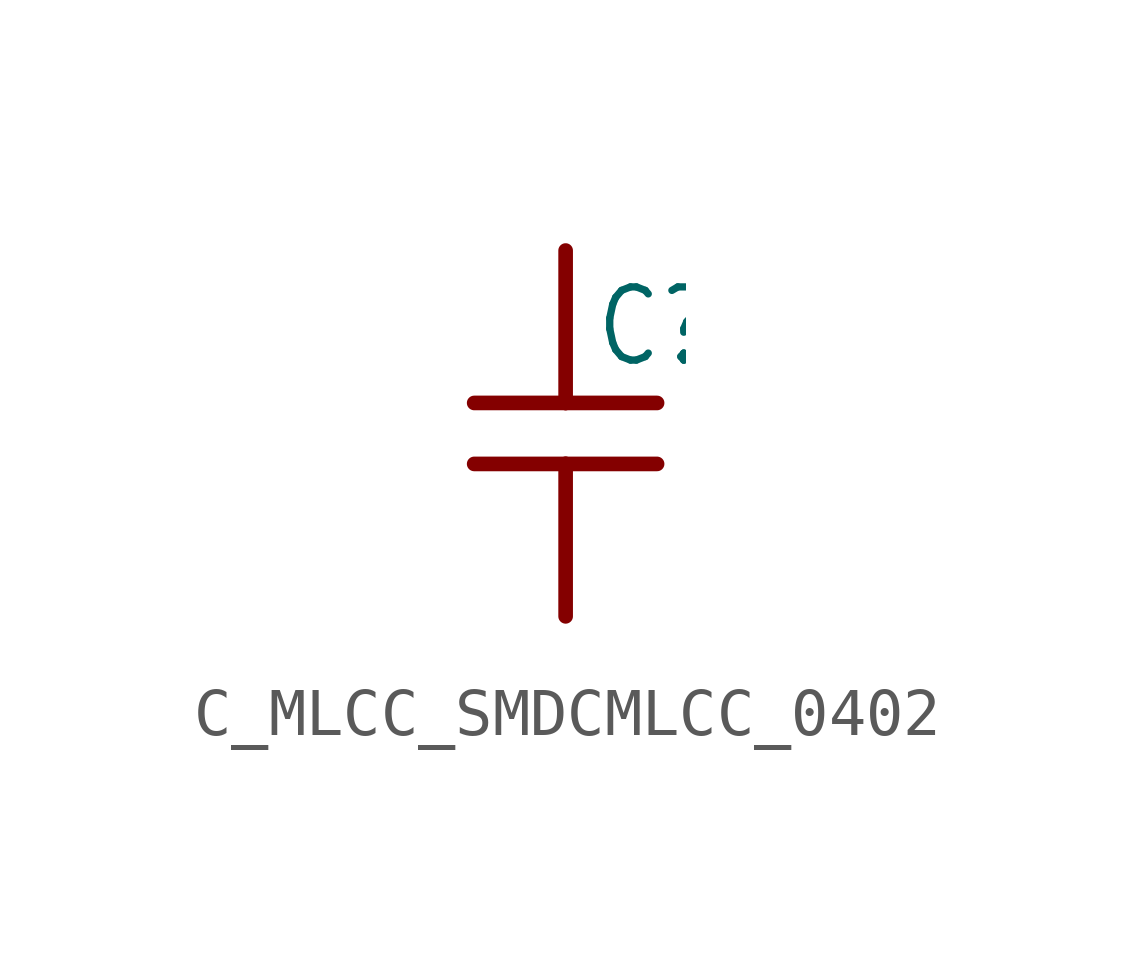
<source format=kicad_sym>
(kicad_symbol_lib
  (version 20231120)
  (generator "kicad_symbol_editor")
  (generator_version "8.0")
  (symbol "C_MLCC_SMDCMLCC_0402"
    (property "Reference" "C"
      (at 0.572 0.064 0)
      (effects (font (size 1.524 1.295)) (justify left bottom)))
    (property "Value" ""
      (at 0.572 -4.381 0)
      (effects (font (size 1.524 1.295)) (justify left bottom)))
    (property "ki_locked" ""
      (at 0 0 0)
      (effects (font (size 1.27 1.27))))
    (symbol "C_MLCC_SMDCMLCC_0402_1_0"
      (polyline (pts (xy -1.905 -1.905) (xy 0 -1.905)) (stroke (width 0.305) (type solid)) (fill (type none)))
      (polyline (pts (xy 0 -1.905) (xy 0 -5.08)) (stroke (width 0.305) (type solid)) (fill (type none)))
      (polyline (pts (xy 0 -1.905) (xy 1.905 -1.905)) (stroke (width 0.305) (type solid)) (fill (type none)))
      (polyline (pts (xy 0 -0.635) (xy -1.905 -0.635)) (stroke (width 0.305) (type solid)) (fill (type none)))
      (polyline (pts (xy 0 -0.635) (xy 0 2.54)) (stroke (width 0.305) (type solid)) (fill (type none)))
      (polyline (pts (xy 1.905 -0.635) (xy 0 -0.635)) (stroke (width 0.305) (type solid)) (fill (type none)))
      (pin passive line (at 0 2.54 270) (length 0) (name "1" (effects (font (size 0 0)))) (number "P$1" (effects (font (size 0 0)))))
      (pin passive line (at 0 -5.08 90) (length 0) (name "2" (effects (font (size 0 0)))) (number "P$2" (effects (font (size 0 0))))))))
</source>
